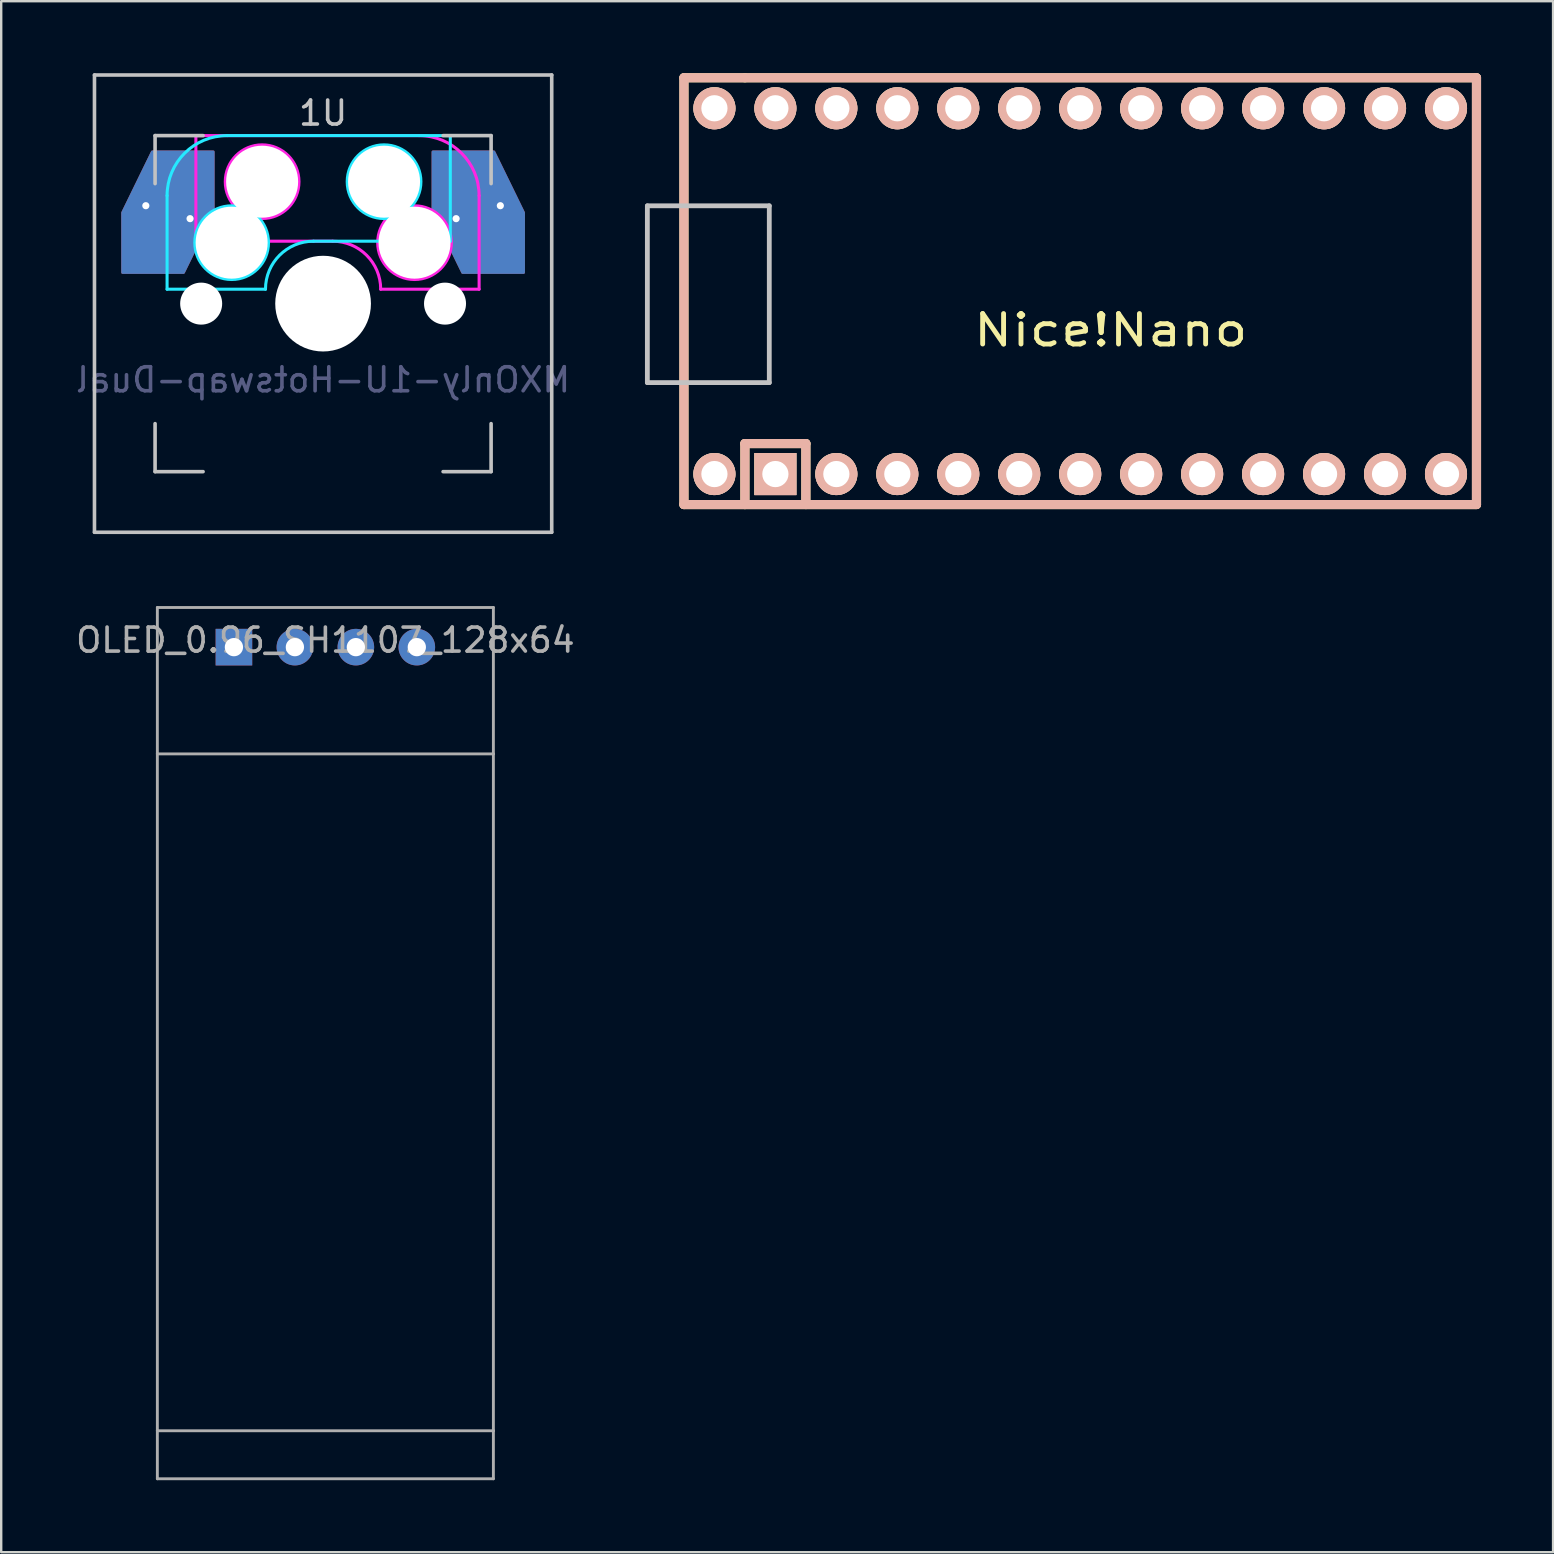
<source format=kicad_pcb>
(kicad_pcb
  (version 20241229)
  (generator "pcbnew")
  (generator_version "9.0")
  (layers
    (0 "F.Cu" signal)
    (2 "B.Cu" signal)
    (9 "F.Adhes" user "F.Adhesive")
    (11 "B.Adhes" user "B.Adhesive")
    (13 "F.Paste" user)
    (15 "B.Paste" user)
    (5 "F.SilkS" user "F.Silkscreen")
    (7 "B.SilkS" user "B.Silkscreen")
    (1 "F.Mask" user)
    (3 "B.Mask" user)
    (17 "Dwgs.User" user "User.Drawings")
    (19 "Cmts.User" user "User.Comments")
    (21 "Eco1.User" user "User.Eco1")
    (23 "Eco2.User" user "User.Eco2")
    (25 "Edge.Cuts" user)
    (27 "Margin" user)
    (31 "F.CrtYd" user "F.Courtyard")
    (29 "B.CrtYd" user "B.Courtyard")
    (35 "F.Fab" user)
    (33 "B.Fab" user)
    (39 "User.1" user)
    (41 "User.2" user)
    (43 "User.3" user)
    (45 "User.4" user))
  (footprint "Nice!Nano"
    (layer "F.Cu")
    (at 43.225 9.081)
    (property "Reference" "Nice!Nano" (at 0 1.625 0) (layer "F.SilkS") (effects (font (size 1.27 1.524) (thickness 0.203))))
    (attr through_hole)
    (fp_line (start -17.78 -8.89) (end -17.78 8.89) (stroke (width 0.381) (type solid)) (layer "F.SilkS"))
    (fp_line (start -17.78 8.89) (end -15.24 8.89) (stroke (width 0.381) (type solid)) (layer "F.SilkS"))
    (fp_line (start -15.24 -8.89) (end -17.78 -8.89) (stroke (width 0.381) (type solid)) (layer "F.SilkS"))
    (fp_line (start -15.24 6.35) (end -15.24 8.89) (stroke (width 0.381) (type solid)) (layer "F.SilkS"))
    (fp_line (start -15.24 6.35) (end -12.7 6.35) (stroke (width 0.381) (type solid)) (layer "F.SilkS"))
    (fp_line (start -15.24 8.89) (end 15.24 8.89) (stroke (width 0.381) (type solid)) (layer "F.SilkS"))
    (fp_line (start -12.7 6.35) (end -12.7 8.89) (stroke (width 0.381) (type solid)) (layer "F.SilkS"))
    (fp_line (start 15.24 -8.89) (end -15.24 -8.89) (stroke (width 0.381) (type solid)) (layer "F.SilkS"))
    (fp_line (start 15.24 8.89) (end 15.24 -8.89) (stroke (width 0.381) (type solid)) (layer "F.SilkS"))
    (fp_line (start -17.78 -8.89) (end -17.78 8.89) (stroke (width 0.381) (type solid)) (layer "B.SilkS"))
    (fp_line (start -17.78 8.89) (end 15.24 8.89) (stroke (width 0.381) (type solid)) (layer "B.SilkS"))
    (fp_line (start -15.24 6.35) (end -15.24 8.89) (stroke (width 0.381) (type solid)) (layer "B.SilkS"))
    (fp_line (start -15.24 6.35) (end -12.7 6.35) (stroke (width 0.381) (type solid)) (layer "B.SilkS"))
    (fp_line (start -12.7 6.35) (end -12.7 8.89) (stroke (width 0.381) (type solid)) (layer "B.SilkS"))
    (fp_line (start 15.24 -8.89) (end -17.78 -8.89) (stroke (width 0.381) (type solid)) (layer "B.SilkS"))
    (fp_line (start 15.24 8.89) (end 15.24 -8.89) (stroke (width 0.381) (type solid)) (layer "B.SilkS"))
    (fp_line (start -19.304 -3.556) (end -14.224 -3.556) (stroke (width 0.2) (type solid)) (layer "Dwgs.User"))
    (fp_line (start -19.304 3.81) (end -19.304 -3.556) (stroke (width 0.2) (type solid)) (layer "Dwgs.User"))
    (fp_line (start -14.224 -3.556) (end -14.224 3.81) (stroke (width 0.2) (type solid)) (layer "Dwgs.User"))
    (fp_line (start -14.224 3.81) (end -19.304 3.81) (stroke (width 0.2) (type solid)) (layer "Dwgs.User"))
    (pad "1" thru_hole rect (at -13.97 7.62) (size 1.753 1.753) (drill 1.092) (layers "*.Cu" "*.SilkS" "*.Mask"))
    (pad "2" thru_hole circle (at -11.43 7.62) (size 1.753 1.753) (drill 1.092) (layers "*.Cu" "*.SilkS" "*.Mask"))
    (pad "3" thru_hole circle (at -8.89 7.62) (size 1.753 1.753) (drill 1.092) (layers "*.Cu" "*.SilkS" "*.Mask"))
    (pad "4" thru_hole circle (at -6.35 7.62) (size 1.753 1.753) (drill 1.092) (layers "*.Cu" "*.SilkS" "*.Mask"))
    (pad "5" thru_hole circle (at -3.81 7.62) (size 1.753 1.753) (drill 1.092) (layers "*.Cu" "*.SilkS" "*.Mask"))
    (pad "6" thru_hole circle (at -1.27 7.62) (size 1.753 1.753) (drill 1.092) (layers "*.Cu" "*.SilkS" "*.Mask"))
    (pad "7" thru_hole circle (at 1.27 7.62) (size 1.753 1.753) (drill 1.092) (layers "*.Cu" "*.SilkS" "*.Mask"))
    (pad "8" thru_hole circle (at 3.81 7.62) (size 1.753 1.753) (drill 1.092) (layers "*.Cu" "*.SilkS" "*.Mask"))
    (pad "9" thru_hole circle (at 6.35 7.62) (size 1.753 1.753) (drill 1.092) (layers "*.Cu" "*.SilkS" "*.Mask"))
    (pad "10" thru_hole circle (at 8.89 7.62) (size 1.753 1.753) (drill 1.092) (layers "*.Cu" "*.SilkS" "*.Mask"))
    (pad "11" thru_hole circle (at 11.43 7.62) (size 1.753 1.753) (drill 1.092) (layers "*.Cu" "*.SilkS" "*.Mask"))
    (pad "12" thru_hole circle (at 13.97 7.62) (size 1.753 1.753) (drill 1.092) (layers "*.Cu" "*.SilkS" "*.Mask"))
    (pad "13" thru_hole circle (at 13.97 -7.62) (size 1.753 1.753) (drill 1.092) (layers "*.Cu" "*.SilkS" "*.Mask"))
    (pad "14" thru_hole circle (at 11.43 -7.62) (size 1.753 1.753) (drill 1.092) (layers "*.Cu" "*.SilkS" "*.Mask"))
    (pad "15" thru_hole circle (at 8.89 -7.62) (size 1.753 1.753) (drill 1.092) (layers "*.Cu" "*.SilkS" "*.Mask"))
    (pad "16" thru_hole circle (at 6.35 -7.62) (size 1.753 1.753) (drill 1.092) (layers "*.Cu" "*.SilkS" "*.Mask"))
    (pad "17" thru_hole circle (at 3.81 -7.62) (size 1.753 1.753) (drill 1.092) (layers "*.Cu" "*.SilkS" "*.Mask"))
    (pad "18" thru_hole circle (at 1.27 -7.62) (size 1.753 1.753) (drill 1.092) (layers "*.Cu" "*.SilkS" "*.Mask"))
    (pad "19" thru_hole circle (at -1.27 -7.62) (size 1.753 1.753) (drill 1.092) (layers "*.Cu" "*.SilkS" "*.Mask"))
    (pad "20" thru_hole circle (at -3.81 -7.62) (size 1.753 1.753) (drill 1.092) (layers "*.Cu" "*.SilkS" "*.Mask"))
    (pad "21" thru_hole circle (at -6.35 -7.62) (size 1.753 1.753) (drill 1.092) (layers "*.Cu" "*.SilkS" "*.Mask"))
    (pad "22" thru_hole circle (at -8.89 -7.62) (size 1.753 1.753) (drill 1.092) (layers "*.Cu" "*.SilkS" "*.Mask"))
    (pad "23" thru_hole circle (at -11.43 -7.62) (size 1.753 1.753) (drill 1.092) (layers "*.Cu" "*.SilkS" "*.Mask"))
    (pad "24" thru_hole circle (at -13.97 -7.62) (size 1.753 1.753) (drill 1.092) (layers "*.Cu" "*.SilkS" "*.Mask"))
    (pad "25" thru_hole circle (at -16.51 -7.62) (size 1.753 1.753) (drill 1.092) (layers "*.Cu" "*.SilkS" "*.Mask"))
    (pad "26" thru_hole circle (at -16.51 7.62) (size 1.753 1.753) (drill 1.092) (layers "*.Cu" "*.SilkS" "*.Mask")))
  (footprint "OLED_0.96_SH1107_128x64"
    (layer "F.Cu")
    (at 10.506 38.86)
    (property "Reference" "OLED_0.96_SH1107_128x64" (at 0 -15.24 0) (layer "F.Fab") (effects (font (size 1 1) (thickness 0.15))))
    (attr through_hole)
    (fp_line (start -7 -16.6) (end -7 -10.5) (stroke (width 0.12) (type solid)) (layer "F.Fab"))
    (fp_line (start -7 -10.5) (end -7 17.7) (stroke (width 0.12) (type solid)) (layer "F.Fab"))
    (fp_line (start -7 17.7) (end -7 19.7) (stroke (width 0.12) (type solid)) (layer "F.Fab"))
    (fp_line (start -7 17.7) (end 7 17.7) (stroke (width 0.12) (type solid)) (layer "F.Fab"))
    (fp_line (start -7 19.7) (end 7 19.7) (stroke (width 0.12) (type solid)) (layer "F.Fab"))
    (fp_line (start 7 -16.6) (end -7 -16.6) (stroke (width 0.12) (type solid)) (layer "F.Fab"))
    (fp_line (start 7 -16.6) (end 7 -10.5) (stroke (width 0.12) (type solid)) (layer "F.Fab"))
    (fp_line (start 7 -10.5) (end -7 -10.5) (stroke (width 0.12) (type solid)) (layer "F.Fab"))
    (fp_line (start 7 -10.5) (end 7 17.7) (stroke (width 0.12) (type solid)) (layer "F.Fab"))
    (fp_line (start 7 17.7) (end 7 19.7) (stroke (width 0.12) (type solid)) (layer "F.Fab"))
    (pad "1" thru_hole rect (at -3.81 -14.948) (size 1.524 1.524) (drill 0.762) (layers "*.Cu" "*.Mask"))
    (pad "2" thru_hole circle (at -1.27 -14.948) (size 1.524 1.524) (drill 0.762) (layers "*.Cu" "*.Mask"))
    (pad "3" thru_hole circle (at 1.27 -14.948) (size 1.524 1.524) (drill 0.762) (layers "*.Cu" "*.Mask"))
    (pad "4" thru_hole circle (at 3.81 -14.948) (size 1.524 1.524) (drill 0.762) (layers "*.Cu" "*.Mask")))
  (footprint "MXOnly-1U-Hotswap-Dual"
    (layer "F.Cu")
    (at 10.411 9.6)
    (property "Reference" "MXOnly-1U-Hotswap-Dual" (at 0 3.175 0) (layer "B.Fab") (effects (font (size 1 1) (thickness 0.15)) (justify mirror)))
    (attr smd)
    (fp_line (start -9.525 -9.525) (end 9.525 -9.525) (stroke (width 0.15) (type solid)) (layer "Dwgs.User"))
    (fp_line (start -9.525 9.525) (end -9.525 -9.525) (stroke (width 0.15) (type solid)) (layer "Dwgs.User"))
    (fp_line (start -7 -7) (end -7 -5) (stroke (width 0.15) (type solid)) (layer "Dwgs.User"))
    (fp_line (start -7 5) (end -7 7) (stroke (width 0.15) (type solid)) (layer "Dwgs.User"))
    (fp_line (start -7 7) (end -5 7) (stroke (width 0.15) (type solid)) (layer "Dwgs.User"))
    (fp_line (start -5 -7) (end -7 -7) (stroke (width 0.15) (type solid)) (layer "Dwgs.User"))
    (fp_line (start 5 7) (end 7 7) (stroke (width 0.15) (type solid)) (layer "Dwgs.User"))
    (fp_line (start 7 -7) (end 5 -7) (stroke (width 0.15) (type solid)) (layer "Dwgs.User"))
    (fp_line (start 7 -5) (end 7 -7) (stroke (width 0.15) (type solid)) (layer "Dwgs.User"))
    (fp_line (start 7 7) (end 7 5) (stroke (width 0.15) (type solid)) (layer "Dwgs.User"))
    (fp_line (start 9.525 -9.525) (end 9.525 9.525) (stroke (width 0.15) (type solid)) (layer "Dwgs.User"))
    (fp_line (start 9.525 9.525) (end -9.525 9.525) (stroke (width 0.15) (type solid)) (layer "Dwgs.User"))
    (fp_line (start -6.5 -4.5) (end -6.5 -0.6) (stroke (width 0.127) (type solid)) (layer "B.CrtYd"))
    (fp_line (start -6.5 -0.6) (end -2.4 -0.6) (stroke (width 0.127) (type solid)) (layer "B.CrtYd"))
    (fp_line (start -0.4 -2.6) (end 5.3 -2.6) (stroke (width 0.127) (type solid)) (layer "B.CrtYd"))
    (fp_line (start 5.3 -7) (end -4 -7) (stroke (width 0.127) (type solid)) (layer "B.CrtYd"))
    (fp_line (start 5.3 -7) (end 5.3 -2.6) (stroke (width 0.127) (type solid)) (layer "B.CrtYd"))
    (fp_arc (start -6.5 -4.5) (mid -5.767767 -6.267767) (end -4 -7) (stroke (width 0.127) (type solid)) (layer "B.CrtYd"))
    (fp_arc (start -2.4 -0.6) (mid -1.814214 -2.014214) (end -0.4 -2.6) (stroke (width 0.127) (type solid)) (layer "B.CrtYd"))
    (fp_circle (center -3.81 -2.54) (end -3.81 -4.064) (stroke (width 0.15) (type solid)) (fill no) (layer "B.CrtYd"))
    (fp_circle (center 2.54 -5.08) (end 2.54 -6.604) (stroke (width 0.15) (type solid)) (fill no) (layer "B.CrtYd"))
    (fp_line (start -5.3 -7) (end -5.3 -2.6) (stroke (width 0.127) (type solid)) (layer "F.CrtYd"))
    (fp_line (start -5.3 -7) (end 4 -7) (stroke (width 0.127) (type solid)) (layer "F.CrtYd"))
    (fp_line (start 0.4 -2.6) (end -5.3 -2.6) (stroke (width 0.127) (type solid)) (layer "F.CrtYd"))
    (fp_line (start 6.5 -4.5) (end 6.5 -0.6) (stroke (width 0.127) (type solid)) (layer "F.CrtYd"))
    (fp_line (start 6.5 -0.6) (end 2.4 -0.6) (stroke (width 0.127) (type solid)) (layer "F.CrtYd"))
    (fp_arc (start 0.4 -2.6) (mid 1.814214 -2.014214) (end 2.4 -0.6) (stroke (width 0.127) (type solid)) (layer "F.CrtYd"))
    (fp_arc (start 4 -7) (mid 5.767767 -6.267767) (end 6.5 -4.5) (stroke (width 0.127) (type solid)) (layer "F.CrtYd"))
    (fp_circle (center -2.54 -5.08) (end -2.54 -6.604) (stroke (width 0.15) (type solid)) (fill no) (layer "F.CrtYd"))
    (fp_circle (center 3.81 -2.54) (end 3.81 -4.064) (stroke (width 0.15) (type solid)) (fill no) (layer "F.CrtYd"))
    (fp_text user "1U" (at 0 -7.938 180) (layer "Dwgs.User") (effects (font (size 1 1) (thickness 0.15))))
    (pad "" np_thru_hole circle (at -5.08 0 48.1) (size 1.75 1.75) (drill 1.75) (layers "*.Cu" "*.Mask"))
    (pad "" np_thru_hole circle (at -3.81 -2.54) (size 3 3) (drill 3) (layers "*.Cu" "*.Mask"))
    (pad "" np_thru_hole circle (at -2.54 -5.08 180) (size 3 3) (drill 3) (layers "*.Cu" "*.Mask"))
    (pad "" np_thru_hole circle (at 0 0) (size 3.988 3.988) (drill 3.988) (layers "*.Cu" "*.Mask"))
    (pad "" np_thru_hole circle (at 2.54 -5.08) (size 3 3) (drill 3) (layers "*.Cu" "*.Mask"))
    (pad "" np_thru_hole circle (at 3.81 -2.54 180) (size 3 3) (drill 3) (layers "*.Cu" "*.Mask"))
    (pad "" np_thru_hole circle (at 5.08 0 48.1) (size 1.75 1.75) (drill 1.75) (layers "*.Cu" "*.Mask"))
    (pad "1" thru_hole circle (at -7.385 -4.08) (size 0.5 0.5) (drill 0.3) (layers "*.Cu" "*.Mask"))
    (pad "1" smd rect (at -7.085 -2.54) (size 2.55 2.5) (layers "B.Cu" "B.Mask" "B.Paste"))
    (pad "1" smd custom (at -7.085 -2.54) (size 2.55 2.5) (layers "F.Cu") (options (anchor rect)) (primitives (gr_poly (pts (xy 2.515 -1.29) (xy 1.275 1.25) (xy -1.275 1.25) (xy -1.275 -1.25) (xy -0.035 -3.79) (xy 2.515 -3.79)) (width 0.1) (fill yes))))
    (pad "1" smd rect (at -5.842 -5.08 180) (size 2.55 2.5) (layers "F.Cu" "F.Mask" "F.Paste"))
    (pad "1" smd custom (at -5.842 -5.08) (size 2.55 2.5) (layers "B.Cu") (options (anchor rect)) (primitives (gr_poly (pts (xy 1.272 1.25) (xy 0.032 3.79) (xy -2.518 3.79) (xy -2.518 1.29) (xy -1.278 -1.25) (xy 1.272 -1.25)) (width 0.1) (fill yes))))
    (pad "1" thru_hole circle (at -5.542 -3.54) (size 0.5 0.5) (drill 0.3) (layers "*.Cu" "*.Mask"))
    (pad "2" thru_hole circle (at 5.542 -3.54 180) (size 0.5 0.5) (drill 0.3) (layers "*.Cu" "*.Mask"))
    (pad "2" smd rect (at 5.842 -5.08) (size 2.55 2.5) (layers "B.Cu" "B.Mask" "B.Paste"))
    (pad "2" smd custom (at 5.842 -5.08) (size 2.55 2.5) (layers "F.Cu") (options (anchor rect)) (primitives (gr_poly (pts (xy -1.272 1.25) (xy -0.032 3.79) (xy 2.518 3.79) (xy 2.518 1.29) (xy 1.278 -1.25) (xy -1.272 -1.25)) (width 0.1) (fill yes))))
    (pad "2" smd rect (at 7.085 -2.54 180) (size 2.55 2.5) (layers "F.Cu" "F.Mask" "F.Paste"))
    (pad "2" smd custom (at 7.085 -2.54) (size 2.55 2.5) (layers "B.Cu") (options (anchor rect)) (primitives (gr_poly (pts (xy -2.515 -1.29) (xy -1.275 1.25) (xy 1.275 1.25) (xy 1.275 -1.25) (xy 0.035 -3.79) (xy -2.515 -3.79)) (width 0.1) (fill yes))))
    (pad "2" thru_hole circle (at 7.385 -4.08 180) (size 0.5 0.5) (drill 0.3) (layers "*.Cu" "*.Mask")))
  (gr_rect
    (start -3 -3)
    (end 61.656 61.62)
    (stroke (width 0.1) (type default))
    (fill no)
    (layer "Edge.Cuts")))
</source>
